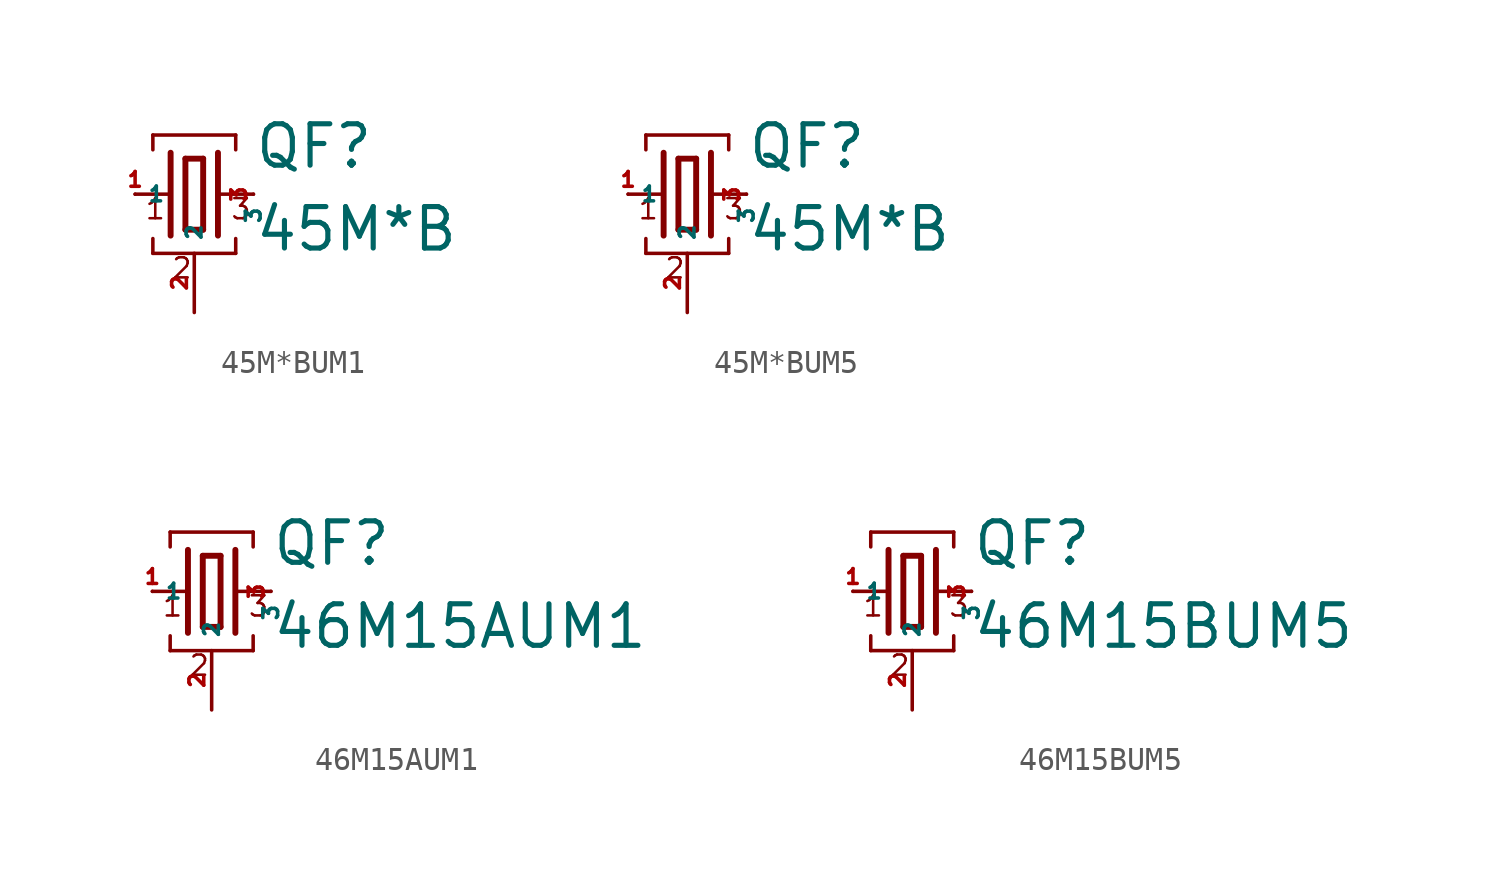
<source format=kicad_sym>
(kicad_symbol_lib
  (version 20220914)
  (generator Eagle2Kicad)
  (symbol "45M*BUM1"
    (property "Reference" "QF"
      (at 2.54 1.016 0)
      (effects (font (size 1.778 1.778) (thickness 0.22)) (justify left bottom)))
    (property "Value" "45M*B"
      (at 2.54 -2.54 0)
      (effects (font (size 1.778 1.778) (thickness 0.22)) (justify left bottom)))
    (polyline
      (pts (xy 1.016 0) (xy 2.54 0))
      (stroke (width 0.152) (type default))
      (fill (type none)))
    (polyline
      (pts (xy -2.54 0) (xy -1.016 0))
      (stroke (width 0.152) (type default))
      (fill (type none)))
    (polyline
      (pts (xy -0.381 1.524) (xy -0.381 -1.524))
      (stroke (width 0.254) (type default))
      (fill (type none)))
    (polyline
      (pts (xy -0.381 -1.524) (xy 0.381 -1.524))
      (stroke (width 0.254) (type default))
      (fill (type none)))
    (polyline
      (pts (xy 0.381 -1.524) (xy 0.381 1.524))
      (stroke (width 0.254) (type default))
      (fill (type none)))
    (polyline
      (pts (xy 0.381 1.524) (xy -0.381 1.524))
      (stroke (width 0.254) (type default))
      (fill (type none)))
    (polyline
      (pts (xy 1.016 1.778) (xy 1.016 -1.778))
      (stroke (width 0.254) (type default))
      (fill (type none)))
    (polyline
      (pts (xy -1.016 1.778) (xy -1.016 -1.778))
      (stroke (width 0.254) (type default))
      (fill (type none)))
    (polyline
      (pts (xy -1.778 1.905) (xy -1.778 2.54))
      (stroke (width 0.152) (type default))
      (fill (type none)))
    (polyline
      (pts (xy -1.778 2.54) (xy 1.778 2.54))
      (stroke (width 0.152) (type default))
      (fill (type none)))
    (polyline
      (pts (xy 1.778 2.54) (xy 1.778 1.905))
      (stroke (width 0.152) (type default))
      (fill (type none)))
    (polyline
      (pts (xy 1.778 -1.905) (xy 1.778 -2.54))
      (stroke (width 0.152) (type default))
      (fill (type none)))
    (polyline
      (pts (xy -1.778 -2.54) (xy 1.778 -2.54))
      (stroke (width 0.152) (type default))
      (fill (type none)))
    (polyline
      (pts (xy -1.778 -2.54) (xy -1.778 -1.905))
      (stroke (width 0.152) (type default))
      (fill (type none)))
    (text "1"
      (at -2.159 -1.143 0)
      (effects (font (size 0.864 0.864) (thickness 0.11)) (justify left bottom)))
    (text "2"
      (at -1.016 -3.683 0)
      (effects (font (size 0.864 0.864) (thickness 0.11)) (justify left bottom)))
    (text "3"
      (at 1.524 -1.143 0)
      (effects (font (size 0.864 0.864) (thickness 0.11)) (justify left bottom)))
    (pin passive line
      (at 2.54 0 270)
      (length 0)
      (name "3" (effects (font (size 0.635 0.635) (thickness 0.08)) (justify left bottom)))
      (number "3" (effects (font (size 0.635 0.635) (thickness 0.08)) (justify left bottom))))
    (pin passive line
      (at -2.54 0 0)
      (length 0)
      (name "1" (effects (font (size 0.635 0.635) (thickness 0.08)) (justify left bottom)))
      (number "1" (effects (font (size 0.635 0.635) (thickness 0.08)) (justify left bottom))))
    (pin passive line
      (at 0 -5.08 90)
      (length 2.54)
      (name "2" (effects (font (size 0.635 0.635) (thickness 0.08)) (justify left bottom)))
      (number "2" (effects (font (size 0.635 0.635) (thickness 0.08)) (justify left bottom)))))
  (symbol "45M*BUM5"
    (property "Reference" "QF"
      (at 2.54 1.016 0)
      (effects (font (size 1.778 1.778) (thickness 0.22)) (justify left bottom)))
    (property "Value" "45M*B"
      (at 2.54 -2.54 0)
      (effects (font (size 1.778 1.778) (thickness 0.22)) (justify left bottom)))
    (polyline
      (pts (xy 1.016 0) (xy 2.54 0))
      (stroke (width 0.152) (type default))
      (fill (type none)))
    (polyline
      (pts (xy -2.54 0) (xy -1.016 0))
      (stroke (width 0.152) (type default))
      (fill (type none)))
    (polyline
      (pts (xy -0.381 1.524) (xy -0.381 -1.524))
      (stroke (width 0.254) (type default))
      (fill (type none)))
    (polyline
      (pts (xy -0.381 -1.524) (xy 0.381 -1.524))
      (stroke (width 0.254) (type default))
      (fill (type none)))
    (polyline
      (pts (xy 0.381 -1.524) (xy 0.381 1.524))
      (stroke (width 0.254) (type default))
      (fill (type none)))
    (polyline
      (pts (xy 0.381 1.524) (xy -0.381 1.524))
      (stroke (width 0.254) (type default))
      (fill (type none)))
    (polyline
      (pts (xy 1.016 1.778) (xy 1.016 -1.778))
      (stroke (width 0.254) (type default))
      (fill (type none)))
    (polyline
      (pts (xy -1.016 1.778) (xy -1.016 -1.778))
      (stroke (width 0.254) (type default))
      (fill (type none)))
    (polyline
      (pts (xy -1.778 1.905) (xy -1.778 2.54))
      (stroke (width 0.152) (type default))
      (fill (type none)))
    (polyline
      (pts (xy -1.778 2.54) (xy 1.778 2.54))
      (stroke (width 0.152) (type default))
      (fill (type none)))
    (polyline
      (pts (xy 1.778 2.54) (xy 1.778 1.905))
      (stroke (width 0.152) (type default))
      (fill (type none)))
    (polyline
      (pts (xy 1.778 -1.905) (xy 1.778 -2.54))
      (stroke (width 0.152) (type default))
      (fill (type none)))
    (polyline
      (pts (xy -1.778 -2.54) (xy 1.778 -2.54))
      (stroke (width 0.152) (type default))
      (fill (type none)))
    (polyline
      (pts (xy -1.778 -2.54) (xy -1.778 -1.905))
      (stroke (width 0.152) (type default))
      (fill (type none)))
    (text "1"
      (at -2.159 -1.143 0)
      (effects (font (size 0.864 0.864) (thickness 0.11)) (justify left bottom)))
    (text "2"
      (at -1.016 -3.683 0)
      (effects (font (size 0.864 0.864) (thickness 0.11)) (justify left bottom)))
    (text "3"
      (at 1.524 -1.143 0)
      (effects (font (size 0.864 0.864) (thickness 0.11)) (justify left bottom)))
    (pin passive line
      (at 2.54 0 270)
      (length 0)
      (name "3" (effects (font (size 0.635 0.635) (thickness 0.08)) (justify left bottom)))
      (number "3" (effects (font (size 0.635 0.635) (thickness 0.08)) (justify left bottom))))
    (pin passive line
      (at -2.54 0 0)
      (length 0)
      (name "1" (effects (font (size 0.635 0.635) (thickness 0.08)) (justify left bottom)))
      (number "1" (effects (font (size 0.635 0.635) (thickness 0.08)) (justify left bottom))))
    (pin passive line
      (at 0 -5.08 90)
      (length 2.54)
      (name "2" (effects (font (size 0.635 0.635) (thickness 0.08)) (justify left bottom)))
      (number "2" (effects (font (size 0.635 0.635) (thickness 0.08)) (justify left bottom)))))
  (symbol "46M15AUM1"
    (property "Reference" "QF"
      (at 2.54 1.016 0)
      (effects (font (size 1.778 1.778) (thickness 0.22)) (justify left bottom)))
    (property "Value" "46M15AUM1"
      (at 2.54 -2.54 0)
      (effects (font (size 1.778 1.778) (thickness 0.22)) (justify left bottom)))
    (polyline
      (pts (xy 1.016 0) (xy 2.54 0))
      (stroke (width 0.152) (type default))
      (fill (type none)))
    (polyline
      (pts (xy -2.54 0) (xy -1.016 0))
      (stroke (width 0.152) (type default))
      (fill (type none)))
    (polyline
      (pts (xy -0.381 1.524) (xy -0.381 -1.524))
      (stroke (width 0.254) (type default))
      (fill (type none)))
    (polyline
      (pts (xy -0.381 -1.524) (xy 0.381 -1.524))
      (stroke (width 0.254) (type default))
      (fill (type none)))
    (polyline
      (pts (xy 0.381 -1.524) (xy 0.381 1.524))
      (stroke (width 0.254) (type default))
      (fill (type none)))
    (polyline
      (pts (xy 0.381 1.524) (xy -0.381 1.524))
      (stroke (width 0.254) (type default))
      (fill (type none)))
    (polyline
      (pts (xy 1.016 1.778) (xy 1.016 -1.778))
      (stroke (width 0.254) (type default))
      (fill (type none)))
    (polyline
      (pts (xy -1.016 1.778) (xy -1.016 -1.778))
      (stroke (width 0.254) (type default))
      (fill (type none)))
    (polyline
      (pts (xy -1.778 1.905) (xy -1.778 2.54))
      (stroke (width 0.152) (type default))
      (fill (type none)))
    (polyline
      (pts (xy -1.778 2.54) (xy 1.778 2.54))
      (stroke (width 0.152) (type default))
      (fill (type none)))
    (polyline
      (pts (xy 1.778 2.54) (xy 1.778 1.905))
      (stroke (width 0.152) (type default))
      (fill (type none)))
    (polyline
      (pts (xy 1.778 -1.905) (xy 1.778 -2.54))
      (stroke (width 0.152) (type default))
      (fill (type none)))
    (polyline
      (pts (xy -1.778 -2.54) (xy 1.778 -2.54))
      (stroke (width 0.152) (type default))
      (fill (type none)))
    (polyline
      (pts (xy -1.778 -2.54) (xy -1.778 -1.905))
      (stroke (width 0.152) (type default))
      (fill (type none)))
    (text "1"
      (at -2.159 -1.143 0)
      (effects (font (size 0.864 0.864) (thickness 0.11)) (justify left bottom)))
    (text "2"
      (at -1.016 -3.683 0)
      (effects (font (size 0.864 0.864) (thickness 0.11)) (justify left bottom)))
    (text "3"
      (at 1.524 -1.143 0)
      (effects (font (size 0.864 0.864) (thickness 0.11)) (justify left bottom)))
    (pin passive line
      (at 2.54 0 270)
      (length 0)
      (name "3" (effects (font (size 0.635 0.635) (thickness 0.08)) (justify left bottom)))
      (number "3" (effects (font (size 0.635 0.635) (thickness 0.08)) (justify left bottom))))
    (pin passive line
      (at -2.54 0 0)
      (length 0)
      (name "1" (effects (font (size 0.635 0.635) (thickness 0.08)) (justify left bottom)))
      (number "1" (effects (font (size 0.635 0.635) (thickness 0.08)) (justify left bottom))))
    (pin passive line
      (at 0 -5.08 90)
      (length 2.54)
      (name "2" (effects (font (size 0.635 0.635) (thickness 0.08)) (justify left bottom)))
      (number "2" (effects (font (size 0.635 0.635) (thickness 0.08)) (justify left bottom)))))
  (symbol "46M15BUM5"
    (property "Reference" "QF"
      (at 2.54 1.016 0)
      (effects (font (size 1.778 1.778) (thickness 0.22)) (justify left bottom)))
    (property "Value" "46M15BUM5"
      (at 2.54 -2.54 0)
      (effects (font (size 1.778 1.778) (thickness 0.22)) (justify left bottom)))
    (polyline
      (pts (xy 1.016 0) (xy 2.54 0))
      (stroke (width 0.152) (type default))
      (fill (type none)))
    (polyline
      (pts (xy -2.54 0) (xy -1.016 0))
      (stroke (width 0.152) (type default))
      (fill (type none)))
    (polyline
      (pts (xy -0.381 1.524) (xy -0.381 -1.524))
      (stroke (width 0.254) (type default))
      (fill (type none)))
    (polyline
      (pts (xy -0.381 -1.524) (xy 0.381 -1.524))
      (stroke (width 0.254) (type default))
      (fill (type none)))
    (polyline
      (pts (xy 0.381 -1.524) (xy 0.381 1.524))
      (stroke (width 0.254) (type default))
      (fill (type none)))
    (polyline
      (pts (xy 0.381 1.524) (xy -0.381 1.524))
      (stroke (width 0.254) (type default))
      (fill (type none)))
    (polyline
      (pts (xy 1.016 1.778) (xy 1.016 -1.778))
      (stroke (width 0.254) (type default))
      (fill (type none)))
    (polyline
      (pts (xy -1.016 1.778) (xy -1.016 -1.778))
      (stroke (width 0.254) (type default))
      (fill (type none)))
    (polyline
      (pts (xy -1.778 1.905) (xy -1.778 2.54))
      (stroke (width 0.152) (type default))
      (fill (type none)))
    (polyline
      (pts (xy -1.778 2.54) (xy 1.778 2.54))
      (stroke (width 0.152) (type default))
      (fill (type none)))
    (polyline
      (pts (xy 1.778 2.54) (xy 1.778 1.905))
      (stroke (width 0.152) (type default))
      (fill (type none)))
    (polyline
      (pts (xy 1.778 -1.905) (xy 1.778 -2.54))
      (stroke (width 0.152) (type default))
      (fill (type none)))
    (polyline
      (pts (xy -1.778 -2.54) (xy 1.778 -2.54))
      (stroke (width 0.152) (type default))
      (fill (type none)))
    (polyline
      (pts (xy -1.778 -2.54) (xy -1.778 -1.905))
      (stroke (width 0.152) (type default))
      (fill (type none)))
    (text "1"
      (at -2.159 -1.143 0)
      (effects (font (size 0.864 0.864) (thickness 0.11)) (justify left bottom)))
    (text "2"
      (at -1.016 -3.683 0)
      (effects (font (size 0.864 0.864) (thickness 0.11)) (justify left bottom)))
    (text "3"
      (at 1.524 -1.143 0)
      (effects (font (size 0.864 0.864) (thickness 0.11)) (justify left bottom)))
    (pin passive line
      (at 2.54 0 270)
      (length 0)
      (name "3" (effects (font (size 0.635 0.635) (thickness 0.08)) (justify left bottom)))
      (number "3" (effects (font (size 0.635 0.635) (thickness 0.08)) (justify left bottom))))
    (pin passive line
      (at -2.54 0 0)
      (length 0)
      (name "1" (effects (font (size 0.635 0.635) (thickness 0.08)) (justify left bottom)))
      (number "1" (effects (font (size 0.635 0.635) (thickness 0.08)) (justify left bottom))))
    (pin passive line
      (at 0 -5.08 90)
      (length 2.54)
      (name "2" (effects (font (size 0.635 0.635) (thickness 0.08)) (justify left bottom)))
      (number "2" (effects (font (size 0.635 0.635) (thickness 0.08)) (justify left bottom))))))
</source>
